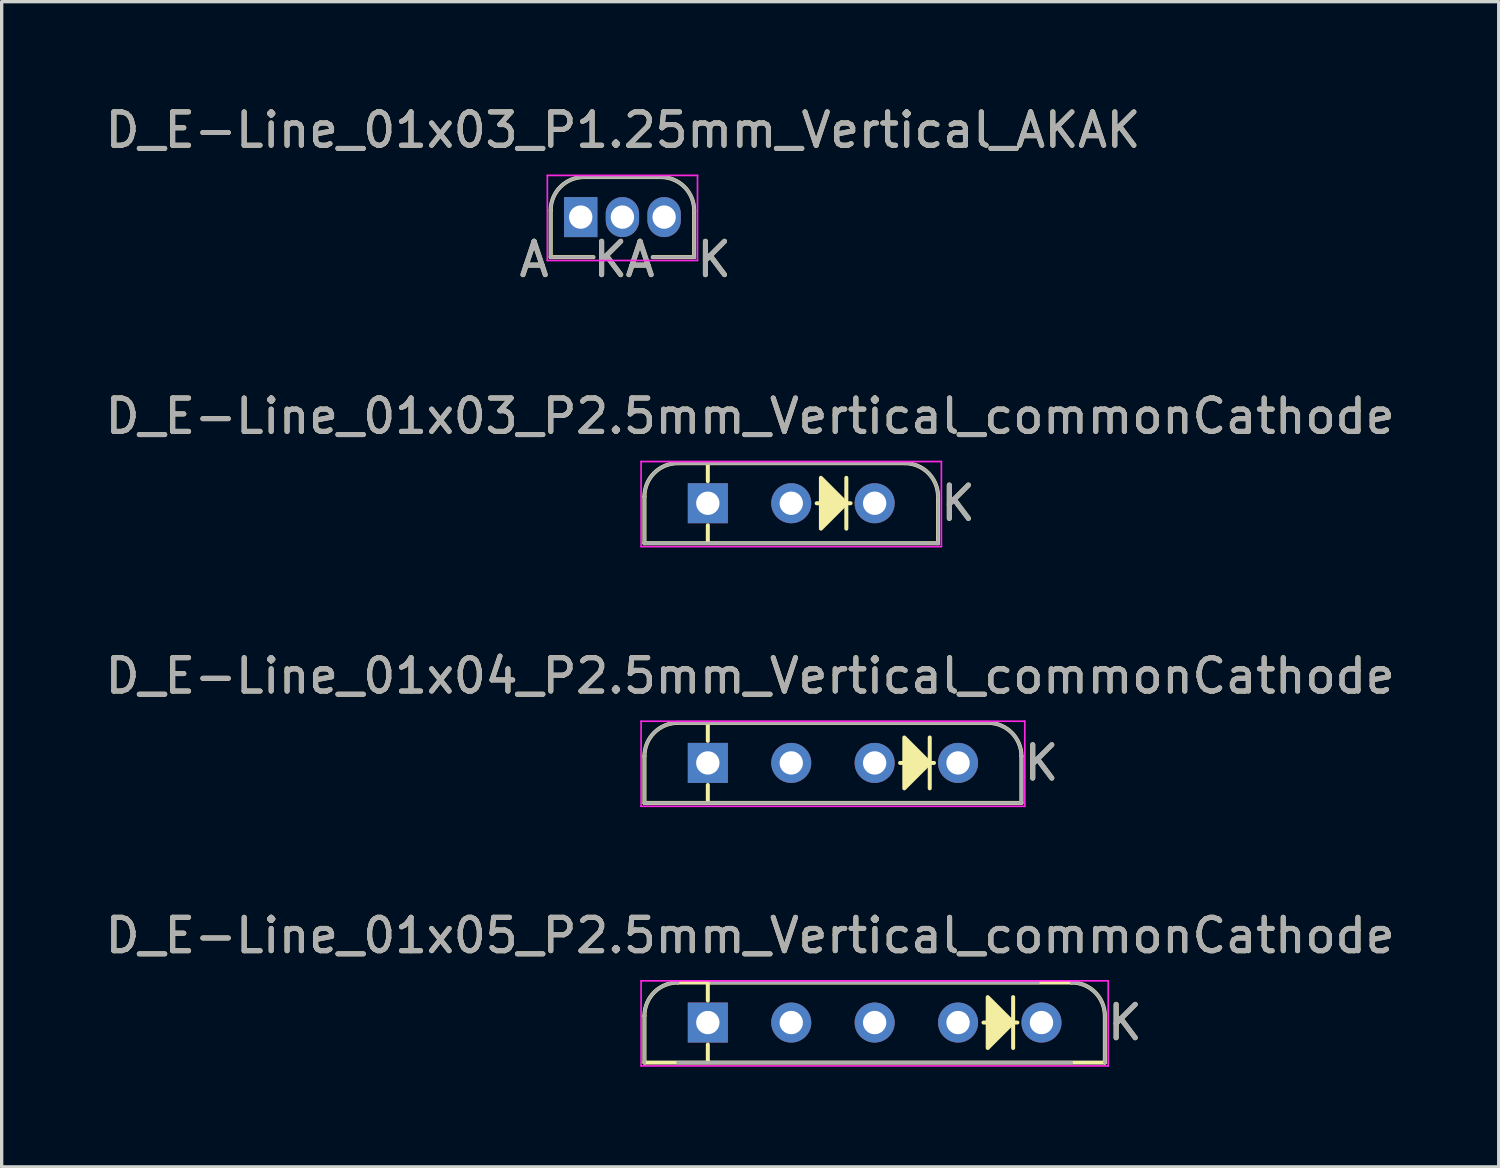
<source format=kicad_pcb>
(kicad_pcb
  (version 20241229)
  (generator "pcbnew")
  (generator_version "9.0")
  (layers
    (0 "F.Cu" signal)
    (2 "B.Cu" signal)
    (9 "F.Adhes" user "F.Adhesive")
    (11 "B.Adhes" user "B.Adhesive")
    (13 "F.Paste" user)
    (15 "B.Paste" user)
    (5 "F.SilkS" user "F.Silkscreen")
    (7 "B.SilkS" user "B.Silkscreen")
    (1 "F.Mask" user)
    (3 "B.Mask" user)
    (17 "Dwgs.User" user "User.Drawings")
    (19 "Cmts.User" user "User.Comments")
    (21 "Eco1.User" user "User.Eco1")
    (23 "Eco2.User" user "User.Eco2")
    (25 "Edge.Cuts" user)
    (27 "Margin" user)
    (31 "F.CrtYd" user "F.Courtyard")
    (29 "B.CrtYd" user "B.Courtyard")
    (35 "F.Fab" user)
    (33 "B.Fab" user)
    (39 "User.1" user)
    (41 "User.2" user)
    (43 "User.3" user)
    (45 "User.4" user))
  (footprint "D_E-Line_01x05_P2.5mm_Vertical_commonCathode"
    (layer "F.Cu")
    (at 18.165 27.598)
    (property "Reference" "D_E-Line_01x05_P2.5mm_Vertical_commonCathode" (at 1.27 -2.609 0) (layer "F.SilkS") (effects (font (size 1 1) (thickness 0.15))))
    (attr through_hole)
    (fp_line (start -1.9 -0.2) (end -1.9 1.2) (stroke (width 0.12) (type solid)) (layer "F.SilkS"))
    (fp_line (start -1.9 1.2) (end 11.9 1.2) (stroke (width 0.12) (type solid)) (layer "F.SilkS"))
    (fp_line (start 0 -1.168) (end 0 -0.66) (stroke (width 0.12) (type solid)) (layer "F.SilkS"))
    (fp_line (start 0 0.66) (end 0 1.168) (stroke (width 0.12) (type solid)) (layer "F.SilkS"))
    (fp_line (start 9.151 0.762) (end 9.151 -0.762) (stroke (width 0.12) (type solid)) (layer "F.SilkS"))
    (fp_line (start 9.278 0) (end 8.262 0) (stroke (width 0.12) (type solid)) (layer "F.SilkS"))
    (fp_line (start 10.9 -1.2) (end -0.9 -1.2) (stroke (width 0.12) (type solid)) (layer "F.SilkS"))
    (fp_line (start 11.9 1.2) (end 11.9 -0.2) (stroke (width 0.12) (type solid)) (layer "F.SilkS"))
    (fp_arc (start -1.9 -0.2) (mid -1.607107 -0.907107) (end -0.9 -1.2) (stroke (width 0.12) (type solid)) (layer "F.SilkS"))
    (fp_arc (start 10.9 -1.2) (mid 11.607107 -0.907107) (end 11.9 -0.2) (stroke (width 0.12) (type solid)) (layer "F.SilkS"))
    (fp_poly (pts (xy 8.389 -0.762) (xy 9.151 0) (xy 8.389 0.762)) (stroke (width 0.12) (type solid)) (fill yes) (layer "F.SilkS"))
    (fp_line (start -2 -1.25) (end -2 1.3) (stroke (width 0.05) (type solid)) (layer "F.CrtYd"))
    (fp_line (start -2 1.3) (end 12 1.3) (stroke (width 0.05) (type solid)) (layer "F.CrtYd"))
    (fp_line (start 12 -1.25) (end -2 -1.25) (stroke (width 0.05) (type solid)) (layer "F.CrtYd"))
    (fp_line (start 12 1.3) (end 12 -1.25) (stroke (width 0.05) (type solid)) (layer "F.CrtYd"))
    (fp_line (start -1.9 -0.2) (end -1.9 1.2) (stroke (width 0.1) (type solid)) (layer "F.Fab"))
    (fp_line (start -0.9 1.2) (end 10.9 1.2) (stroke (width 0.1) (type solid)) (layer "F.Fab"))
    (fp_line (start 9.9 -1.2) (end 0.1 -1.2) (stroke (width 0.1) (type solid)) (layer "F.Fab"))
    (fp_line (start 11.9 1.2) (end 11.9 -0.2) (stroke (width 0.1) (type solid)) (layer "F.Fab"))
    (fp_arc (start -1.9 -0.2) (mid -1.607107 -0.907107) (end -0.9 -1.2) (stroke (width 0.1) (type solid)) (layer "F.Fab"))
    (fp_arc (start 10.9 -1.2) (mid 11.607107 -0.907107) (end 11.9 -0.2) (stroke (width 0.1) (type solid)) (layer "F.Fab"))
    (fp_text user "K" (at 12.5 0 0) (layer "F.SilkS") (effects (font (size 1 1) (thickness 0.15))))
    (fp_text user "K" (at 12.5 0 0) (layer "F.Fab") (effects (font (size 1 1) (thickness 0.15))))
    (fp_text user "${REFERENCE}" (at 1.27 -2.609 0) (layer "F.Fab") (effects (font (size 1 1) (thickness 0.15))))
    (pad "1" thru_hole rect (at 0 0) (size 1.2 1.2) (drill 0.7) (layers "*.Cu" "*.Mask"))
    (pad "2" thru_hole oval (at 2.5 0) (size 1.2 1.2) (drill 0.7) (layers "*.Cu" "*.Mask"))
    (pad "3" thru_hole oval (at 5 0) (size 1.2 1.2) (drill 0.7) (layers "*.Cu" "*.Mask"))
    (pad "4" thru_hole oval (at 7.5 0) (size 1.2 1.2) (drill 0.7) (layers "*.Cu" "*.Mask"))
    (pad "5" thru_hole oval (at 10 0) (size 1.2 1.2) (drill 0.7) (layers "*.Cu" "*.Mask")))
  (footprint "D_E-Line_01x03_P2.5mm_Vertical_commonCathode"
    (layer "F.Cu")
    (at 18.165 12.033)
    (property "Reference" "D_E-Line_01x03_P2.5mm_Vertical_commonCathode" (at 1.27 -2.609 0) (layer "F.SilkS") (effects (font (size 1 1) (thickness 0.15))))
    (attr through_hole)
    (fp_line (start -1.9 -0.2) (end -1.9 1.2) (stroke (width 0.12) (type solid)) (layer "F.SilkS"))
    (fp_line (start -1.9 1.2) (end 6.9 1.2) (stroke (width 0.12) (type solid)) (layer "F.SilkS"))
    (fp_line (start 0 -1.168) (end 0 -0.66) (stroke (width 0.12) (type solid)) (layer "F.SilkS"))
    (fp_line (start 0 0.66) (end 0 1.168) (stroke (width 0.12) (type solid)) (layer "F.SilkS"))
    (fp_line (start 4.151 0.762) (end 4.151 -0.762) (stroke (width 0.12) (type solid)) (layer "F.SilkS"))
    (fp_line (start 4.278 0) (end 3.262 0) (stroke (width 0.12) (type solid)) (layer "F.SilkS"))
    (fp_line (start 5.9 -1.2) (end -0.9 -1.2) (stroke (width 0.12) (type solid)) (layer "F.SilkS"))
    (fp_line (start 6.9 1.2) (end 6.9 -0.2) (stroke (width 0.12) (type solid)) (layer "F.SilkS"))
    (fp_arc (start -1.9 -0.2) (mid -1.607107 -0.907107) (end -0.9 -1.2) (stroke (width 0.12) (type solid)) (layer "F.SilkS"))
    (fp_arc (start 5.9 -1.2) (mid 6.607107 -0.907107) (end 6.9 -0.2) (stroke (width 0.12) (type solid)) (layer "F.SilkS"))
    (fp_poly (pts (xy 3.389 -0.762) (xy 4.151 0) (xy 3.389 0.762)) (stroke (width 0.12) (type solid)) (fill yes) (layer "F.SilkS"))
    (fp_line (start -2 -1.25) (end -2 1.3) (stroke (width 0.05) (type solid)) (layer "F.CrtYd"))
    (fp_line (start -2 1.3) (end 7 1.3) (stroke (width 0.05) (type solid)) (layer "F.CrtYd"))
    (fp_line (start 7 -1.25) (end -2 -1.25) (stroke (width 0.05) (type solid)) (layer "F.CrtYd"))
    (fp_line (start 7 1.3) (end 7 -1.25) (stroke (width 0.05) (type solid)) (layer "F.CrtYd"))
    (fp_line (start -1.9 -0.2) (end -1.9 1.2) (stroke (width 0.1) (type solid)) (layer "F.Fab"))
    (fp_line (start -1.9 1.2) (end 6.9 1.2) (stroke (width 0.1) (type solid)) (layer "F.Fab"))
    (fp_line (start 5.9 -1.2) (end -0.9 -1.2) (stroke (width 0.1) (type solid)) (layer "F.Fab"))
    (fp_line (start 6.9 1.2) (end 6.9 -0.2) (stroke (width 0.1) (type solid)) (layer "F.Fab"))
    (fp_arc (start -1.9 -0.2) (mid -1.607107 -0.907107) (end -0.9 -1.2) (stroke (width 0.1) (type solid)) (layer "F.Fab"))
    (fp_arc (start 5.9 -1.2) (mid 6.607107 -0.907107) (end 6.9 -0.2) (stroke (width 0.1) (type solid)) (layer "F.Fab"))
    (fp_text user "K" (at 7.5 0 0) (layer "F.SilkS") (effects (font (size 1 1) (thickness 0.15))))
    (fp_text user "K" (at 7.5 0 0) (layer "F.Fab") (effects (font (size 1 1) (thickness 0.15))))
    (fp_text user "${REFERENCE}" (at 1.27 -2.609 0) (layer "F.Fab") (effects (font (size 1 1) (thickness 0.15))))
    (pad "1" thru_hole rect (at 0 0) (size 1.2 1.2) (drill 0.7) (layers "*.Cu" "*.Mask"))
    (pad "2" thru_hole oval (at 2.5 0) (size 1.2 1.2) (drill 0.7) (layers "*.Cu" "*.Mask"))
    (pad "3" thru_hole oval (at 5 0) (size 1.2 1.2) (drill 0.7) (layers "*.Cu" "*.Mask")))
  (footprint "D_E-Line_01x04_P2.5mm_Vertical_commonCathode"
    (layer "F.Cu")
    (at 18.165 19.816)
    (property "Reference" "D_E-Line_01x04_P2.5mm_Vertical_commonCathode" (at 1.27 -2.609 0) (layer "F.SilkS") (effects (font (size 1 1) (thickness 0.15))))
    (attr through_hole)
    (fp_line (start -1.9 -0.2) (end -1.9 1.2) (stroke (width 0.12) (type solid)) (layer "F.SilkS"))
    (fp_line (start -1.9 1.2) (end 9.4 1.2) (stroke (width 0.12) (type solid)) (layer "F.SilkS"))
    (fp_line (start 0 -1.168) (end 0 -0.66) (stroke (width 0.12) (type solid)) (layer "F.SilkS"))
    (fp_line (start 0 0.66) (end 0 1.168) (stroke (width 0.12) (type solid)) (layer "F.SilkS"))
    (fp_line (start 6.651 0.762) (end 6.651 -0.762) (stroke (width 0.12) (type solid)) (layer "F.SilkS"))
    (fp_line (start 6.778 0) (end 5.762 0) (stroke (width 0.12) (type solid)) (layer "F.SilkS"))
    (fp_line (start 8.4 -1.2) (end -0.9 -1.2) (stroke (width 0.12) (type solid)) (layer "F.SilkS"))
    (fp_line (start 9.4 1.2) (end 9.4 -0.2) (stroke (width 0.12) (type solid)) (layer "F.SilkS"))
    (fp_arc (start -1.9 -0.2) (mid -1.607107 -0.907107) (end -0.9 -1.2) (stroke (width 0.12) (type solid)) (layer "F.SilkS"))
    (fp_arc (start 8.4 -1.2) (mid 9.107107 -0.907107) (end 9.4 -0.2) (stroke (width 0.12) (type solid)) (layer "F.SilkS"))
    (fp_poly (pts (xy 5.889 -0.762) (xy 6.651 0) (xy 5.889 0.762)) (stroke (width 0.12) (type solid)) (fill yes) (layer "F.SilkS"))
    (fp_line (start -2 -1.25) (end -2 1.3) (stroke (width 0.05) (type solid)) (layer "F.CrtYd"))
    (fp_line (start -2 1.3) (end 9.5 1.3) (stroke (width 0.05) (type solid)) (layer "F.CrtYd"))
    (fp_line (start 9.5 -1.25) (end -2 -1.25) (stroke (width 0.05) (type solid)) (layer "F.CrtYd"))
    (fp_line (start 9.5 1.3) (end 9.5 -1.25) (stroke (width 0.05) (type solid)) (layer "F.CrtYd"))
    (fp_line (start -1.9 -0.2) (end -1.9 1.2) (stroke (width 0.1) (type solid)) (layer "F.Fab"))
    (fp_line (start -1.9 1.2) (end 9.4 1.2) (stroke (width 0.1) (type solid)) (layer "F.Fab"))
    (fp_line (start 8.4 -1.2) (end -0.9 -1.2) (stroke (width 0.1) (type solid)) (layer "F.Fab"))
    (fp_line (start 9.4 1.2) (end 9.4 -0.2) (stroke (width 0.1) (type solid)) (layer "F.Fab"))
    (fp_arc (start -1.9 -0.2) (mid -1.607107 -0.907107) (end -0.9 -1.2) (stroke (width 0.1) (type solid)) (layer "F.Fab"))
    (fp_arc (start 8.4 -1.2) (mid 9.107107 -0.907107) (end 9.4 -0.2) (stroke (width 0.1) (type solid)) (layer "F.Fab"))
    (fp_text user "K" (at 10 0 0) (layer "F.SilkS") (effects (font (size 1 1) (thickness 0.15))))
    (fp_text user "${REFERENCE}" (at 1.27 -2.609 0) (layer "F.Fab") (effects (font (size 1 1) (thickness 0.15))))
    (fp_text user "K" (at 10 0 0) (layer "F.Fab") (effects (font (size 1 1) (thickness 0.15))))
    (pad "1" thru_hole rect (at 0 0) (size 1.2 1.2) (drill 0.7) (layers "*.Cu" "*.Mask"))
    (pad "2" thru_hole oval (at 2.5 0) (size 1.2 1.2) (drill 0.7) (layers "*.Cu" "*.Mask"))
    (pad "3" thru_hole oval (at 5 0) (size 1.2 1.2) (drill 0.7) (layers "*.Cu" "*.Mask"))
    (pad "4" thru_hole oval (at 7.5 0) (size 1.2 1.2) (drill 0.7) (layers "*.Cu" "*.Mask")))
  (footprint "D_E-Line_01x03_P1.25mm_Vertical_AKAK"
    (layer "F.Cu")
    (at 14.355 3.457)
    (property "Reference" "D_E-Line_01x03_P1.25mm_Vertical_AKAK" (at 1.27 -2.609 0) (layer "F.SilkS") (effects (font (size 1 1) (thickness 0.15))))
    (attr through_hole)
    (fp_line (start -0.9 -0.2) (end -0.9 1.2) (stroke (width 0.12) (type solid)) (layer "F.SilkS"))
    (fp_line (start -0.9 1.2) (end 0.381 1.2) (stroke (width 0.12) (type solid)) (layer "F.SilkS"))
    (fp_line (start 2.159 1.2) (end 3.4 1.2) (stroke (width 0.12) (type solid)) (layer "F.SilkS"))
    (fp_line (start 2.4 -1.2) (end 0.1 -1.2) (stroke (width 0.12) (type solid)) (layer "F.SilkS"))
    (fp_line (start 3.4 1.2) (end 3.4 -0.2) (stroke (width 0.12) (type solid)) (layer "F.SilkS"))
    (fp_arc (start -0.9 -0.2) (mid -0.607107 -0.907107) (end 0.1 -1.2) (stroke (width 0.12) (type solid)) (layer "F.SilkS"))
    (fp_arc (start 2.4 -1.2) (mid 3.107107 -0.907107) (end 3.4 -0.2) (stroke (width 0.12) (type solid)) (layer "F.SilkS"))
    (fp_line (start -1 -1.25) (end -1 1.3) (stroke (width 0.05) (type solid)) (layer "F.CrtYd"))
    (fp_line (start -1 1.3) (end 3.5 1.3) (stroke (width 0.05) (type solid)) (layer "F.CrtYd"))
    (fp_line (start 3.5 -1.25) (end -1 -1.25) (stroke (width 0.05) (type solid)) (layer "F.CrtYd"))
    (fp_line (start 3.5 1.3) (end 3.5 -1.25) (stroke (width 0.05) (type solid)) (layer "F.CrtYd"))
    (fp_line (start -0.9 -0.2) (end -0.9 1.2) (stroke (width 0.1) (type solid)) (layer "F.Fab"))
    (fp_line (start -0.9 1.2) (end 0.381 1.2) (stroke (width 0.1) (type solid)) (layer "F.Fab"))
    (fp_line (start 2.159 1.2) (end 3.4 1.2) (stroke (width 0.1) (type solid)) (layer "F.Fab"))
    (fp_line (start 2.4 -1.2) (end 0.1 -1.2) (stroke (width 0.1) (type solid)) (layer "F.Fab"))
    (fp_line (start 3.4 1.2) (end 3.4 -0.2) (stroke (width 0.1) (type solid)) (layer "F.Fab"))
    (fp_arc (start -0.9 -0.2) (mid -0.607107 -0.907107) (end 0.1 -1.2) (stroke (width 0.1) (type solid)) (layer "F.Fab"))
    (fp_arc (start 2.4 -1.2) (mid 3.107107 -0.907107) (end 3.4 -0.2) (stroke (width 0.1) (type solid)) (layer "F.Fab"))
    (fp_text user "K" (at 4 1.27 0) (layer "F.SilkS") (effects (font (size 1 1) (thickness 0.15))))
    (fp_text user "K" (at 0.889 1.27 0) (layer "F.SilkS") (effects (font (size 1 1) (thickness 0.15))))
    (fp_text user "A" (at 1.778 1.27 0) (layer "F.SilkS") (effects (font (size 1 1) (thickness 0.15))))
    (fp_text user "A" (at -1.397 1.27 0) (layer "F.SilkS") (effects (font (size 1 1) (thickness 0.15))))
    (fp_text user "A" (at 1.778 1.27 0) (layer "F.Fab") (effects (font (size 1 1) (thickness 0.15))))
    (fp_text user "K" (at 4 1.27 0) (layer "F.Fab") (effects (font (size 1 1) (thickness 0.15))))
    (fp_text user "A" (at -1.397 1.27 0) (layer "F.Fab") (effects (font (size 1 1) (thickness 0.15))))
    (fp_text user "K" (at 0.889 1.27 0) (layer "F.Fab") (effects (font (size 1 1) (thickness 0.15))))
    (fp_text user "${REFERENCE}" (at 1.27 -2.609 0) (layer "F.Fab") (effects (font (size 1 1) (thickness 0.15))))
    (pad "1" thru_hole rect (at 0 0) (size 1 1.2) (drill 0.7) (layers "*.Cu" "*.Mask"))
    (pad "2" thru_hole oval (at 1.25 0) (size 1 1.2) (drill 0.7) (layers "*.Cu" "*.Mask"))
    (pad "3" thru_hole oval (at 2.5 0) (size 1 1.2) (drill 0.7) (layers "*.Cu" "*.Mask")))
  (gr_rect
    (start -3 -3)
    (end 41.869 31.923)
    (stroke (width 0.1) (type default))
    (fill no)
    (layer "Edge.Cuts")))
</source>
